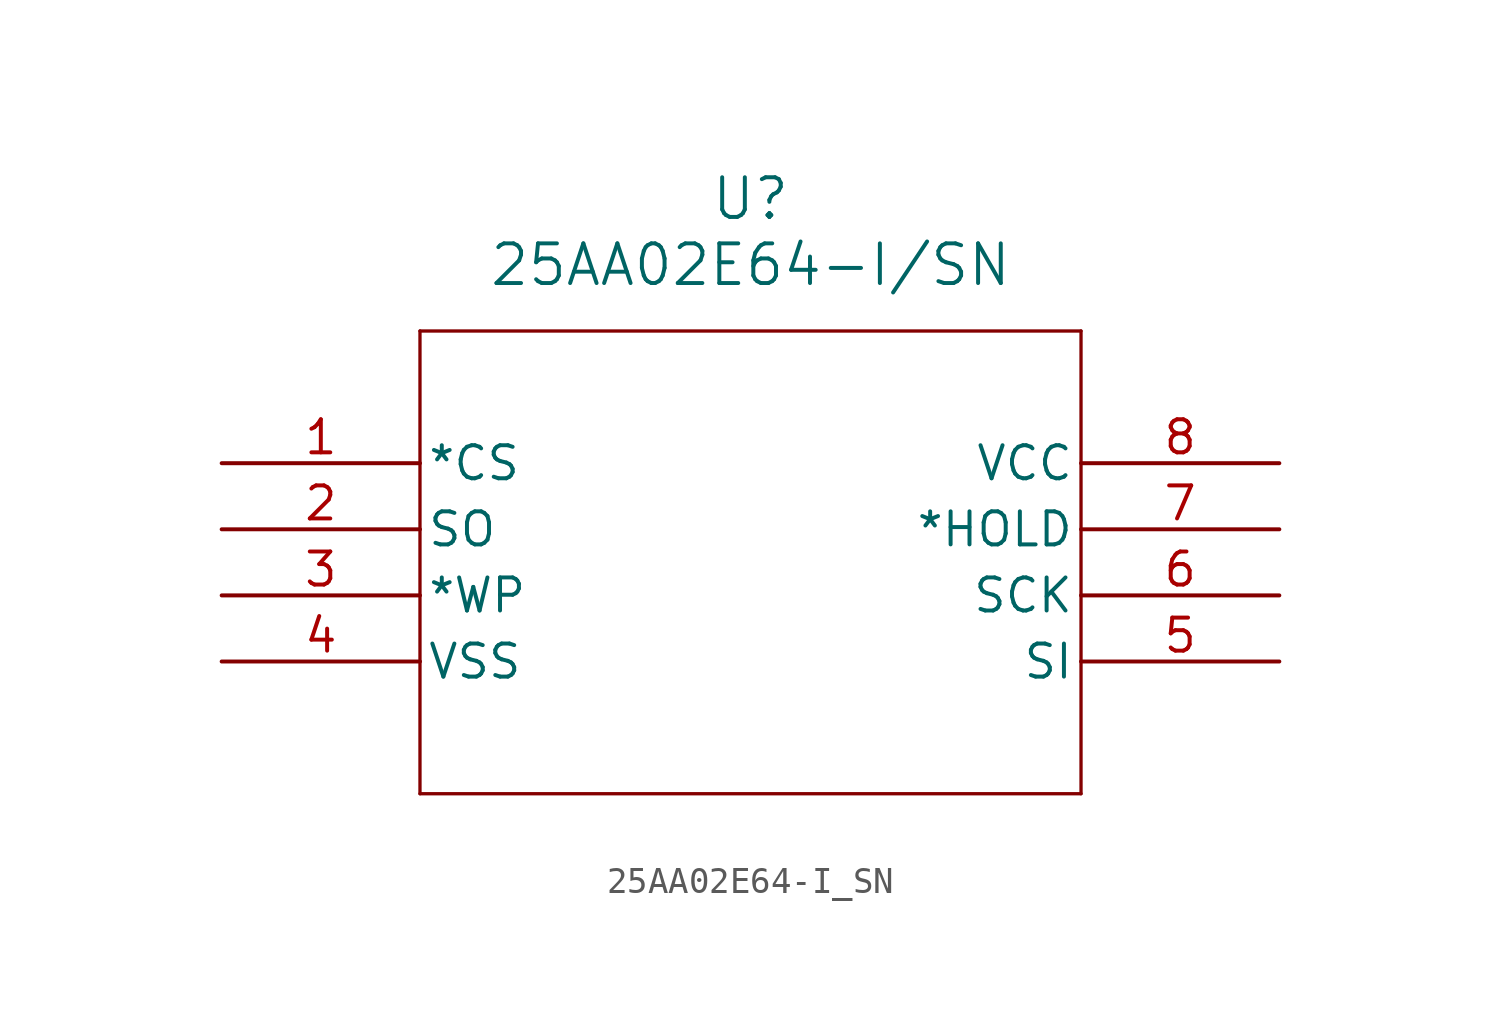
<source format=kicad_sym>
(kicad_symbol_lib
  (version 20211014)
  (generator kicad_symbol_editor)
  (symbol "25AA02E64-I_SN"
    (pin_names
      (offset 0.254))
    (property "Reference" "U"
      (at 20.32 10.16 0)
      (effects (font (size 1.524 1.524))))
    (property "Value" "25AA02E64-I/SN"
      (at 20.32 7.62 0)
      (effects (font (size 1.524 1.524))))
    (symbol "25AA02E64-I_SN_0_1"
      (polyline (pts (xy 7.62 5.08) (xy 7.62 -12.7)) (stroke (width 0.127) (type default) (color 0 0 0 0)) (fill (type none)))
      (polyline (pts (xy 7.62 -12.7) (xy 33.02 -12.7)) (stroke (width 0.127) (type default) (color 0 0 0 0)) (fill (type none)))
      (polyline (pts (xy 33.02 -12.7) (xy 33.02 5.08)) (stroke (width 0.127) (type default) (color 0 0 0 0)) (fill (type none)))
      (polyline (pts (xy 33.02 5.08) (xy 7.62 5.08)) (stroke (width 0.127) (type default) (color 0 0 0 0)) (fill (type none)))
      (pin input line (at 0 0 0) (length 7.62) (name "*CS" (effects (font (size 1.27 1.27)))) (number "1" (effects (font (size 1.27 1.27)))))
      (pin output line (at 0 -2.54 0) (length 7.62) (name "SO" (effects (font (size 1.27 1.27)))) (number "2" (effects (font (size 1.27 1.27)))))
      (pin unspecified line (at 0 -5.08 0) (length 7.62) (name "*WP" (effects (font (size 1.27 1.27)))) (number "3" (effects (font (size 1.27 1.27)))))
      (pin power_in line (at 0 -7.62 0) (length 7.62) (name "VSS" (effects (font (size 1.27 1.27)))) (number "4" (effects (font (size 1.27 1.27)))))
      (pin input line (at 40.64 -7.62 180) (length 7.62) (name "SI" (effects (font (size 1.27 1.27)))) (number "5" (effects (font (size 1.27 1.27)))))
      (pin input line (at 40.64 -5.08 180) (length 7.62) (name "SCK" (effects (font (size 1.27 1.27)))) (number "6" (effects (font (size 1.27 1.27)))))
      (pin input line (at 40.64 -2.54 180) (length 7.62) (name "*HOLD" (effects (font (size 1.27 1.27)))) (number "7" (effects (font (size 1.27 1.27)))))
      (pin power_in line (at 40.64 0 180) (length 7.62) (name "VCC" (effects (font (size 1.27 1.27)))) (number "8" (effects (font (size 1.27 1.27))))))))
</source>
